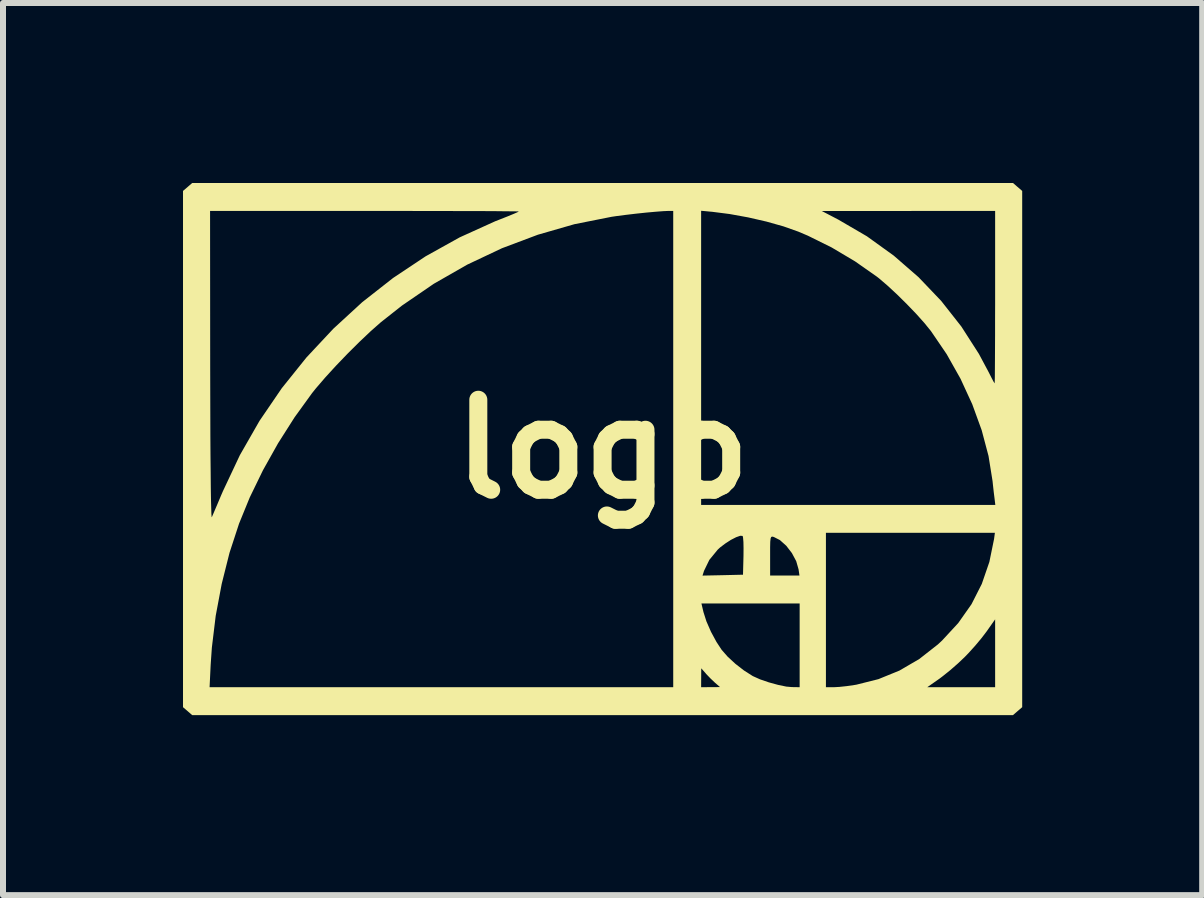
<source format=kicad_pcb>
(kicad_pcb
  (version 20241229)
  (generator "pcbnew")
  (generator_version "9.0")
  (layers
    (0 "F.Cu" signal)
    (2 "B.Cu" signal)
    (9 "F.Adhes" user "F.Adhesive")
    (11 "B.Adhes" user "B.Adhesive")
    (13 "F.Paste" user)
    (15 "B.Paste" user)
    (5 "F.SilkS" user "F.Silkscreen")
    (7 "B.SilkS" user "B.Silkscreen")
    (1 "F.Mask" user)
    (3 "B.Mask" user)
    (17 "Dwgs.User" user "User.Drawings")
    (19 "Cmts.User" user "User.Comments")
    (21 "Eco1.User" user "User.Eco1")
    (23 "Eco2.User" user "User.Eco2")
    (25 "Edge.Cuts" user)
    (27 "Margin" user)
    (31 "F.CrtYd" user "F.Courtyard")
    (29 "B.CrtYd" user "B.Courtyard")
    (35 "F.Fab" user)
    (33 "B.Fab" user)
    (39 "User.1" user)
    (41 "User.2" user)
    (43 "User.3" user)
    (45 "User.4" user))
  (footprint "logo"
    (layer "F.Cu")
    (at 6.993 4.434)
    (property "Reference" "logo" (at 0 0 0) (layer "F.SilkS") (effects (font (size 1.5 1.5) (thickness 0.3))))
    (attr board_only exclude_from_pos_files exclude_from_bom)
    (fp_poly (pts (xy 6.916 -4.368) (xy 6.993 -4.302) (xy 6.993 0) (xy 6.993 4.302) (xy 6.916 4.368) (xy 6.84 4.434) (xy 0 4.434) (xy -6.84 4.434) (xy -6.916 4.368) (xy -6.993 4.302) (xy -6.993 3.969) (xy -6.55 3.969) (xy -2.687 3.969) (xy 1.177 3.969) (xy 1.642 3.969) (xy 1.8 3.968) (xy 1.957 3.967) (xy 1.875 3.896) (xy 1.799 3.824) (xy 1.724 3.746) (xy 1.719 3.739) (xy 1.644 3.654) (xy 1.643 3.811) (xy 1.642 3.969) (xy 1.177 3.969) (xy 1.177 2.573) (xy 1.647 2.573) (xy 1.681 2.717) (xy 1.73 2.871) (xy 1.806 3.045) (xy 1.898 3.215) (xy 1.984 3.346) (xy 2.083 3.459) (xy 2.213 3.579) (xy 2.356 3.69) (xy 2.494 3.778) (xy 2.504 3.784) (xy 2.624 3.838) (xy 2.77 3.888) (xy 2.923 3.93) (xy 3.062 3.959) (xy 3.154 3.967) (xy 3.284 3.969) (xy 3.284 3.271) (xy 3.284 2.682) (xy 3.722 2.682) (xy 3.722 3.969) (xy 3.856 3.969) (xy 5.411 3.969) (xy 5.976 3.969) (xy 6.542 3.969) (xy 6.542 3.403) (xy 6.542 2.838) (xy 6.399 3.041) (xy 6.316 3.15) (xy 6.21 3.277) (xy 6.097 3.402) (xy 6.037 3.464) (xy 5.922 3.573) (xy 5.794 3.685) (xy 5.672 3.783) (xy 5.614 3.827) (xy 5.411 3.969) (xy 3.856 3.969) (xy 3.946 3.964) (xy 4.068 3.951) (xy 4.198 3.932) (xy 4.229 3.927) (xy 4.596 3.835) (xy 4.947 3.692) (xy 5.278 3.499) (xy 5.588 3.256) (xy 5.658 3.191) (xy 5.927 2.9) (xy 6.148 2.586) (xy 6.32 2.247) (xy 6.446 1.881) (xy 6.524 1.499) (xy 6.538 1.396) (xy 5.13 1.396) (xy 3.722 1.396) (xy 3.722 2.682) (xy 3.284 2.682) (xy 3.284 2.573) (xy 2.466 2.573) (xy 1.647 2.573) (xy 1.177 2.573) (xy 1.177 2.109) (xy 1.665 2.109) (xy 2.003 2.102) (xy 2.34 2.094) (xy 2.348 1.781) (xy 2.348 1.776) (xy 2.792 1.776) (xy 2.792 1.777) (xy 2.792 2.108) (xy 3.036 2.108) (xy 3.281 2.108) (xy 3.266 2.005) (xy 3.227 1.869) (xy 3.155 1.734) (xy 3.061 1.612) (xy 2.955 1.517) (xy 2.853 1.465) (xy 2.828 1.459) (xy 2.81 1.465) (xy 2.8 1.491) (xy 2.794 1.545) (xy 2.792 1.638) (xy 2.792 1.776) (xy 2.348 1.776) (xy 2.349 1.655) (xy 2.347 1.55) (xy 2.341 1.477) (xy 2.334 1.448) (xy 2.295 1.445) (xy 2.226 1.469) (xy 2.138 1.514) (xy 2.045 1.574) (xy 1.958 1.64) (xy 1.919 1.676) (xy 1.779 1.847) (xy 1.689 2.032) (xy 1.685 2.047) (xy 1.665 2.109) (xy 1.177 2.109) (xy 1.177 0) (xy 1.177 -1.52) (xy 1.642 -1.52) (xy 1.642 0.931) (xy 4.094 0.931) (xy 6.545 0.931) (xy 6.531 0.814) (xy 6.519 0.719) (xy 6.506 0.602) (xy 6.499 0.534) (xy 6.432 0.116) (xy 6.318 -0.314) (xy 6.161 -0.746) (xy 5.965 -1.172) (xy 5.734 -1.582) (xy 5.471 -1.968) (xy 5.469 -1.97) (xy 5.362 -2.102) (xy 5.225 -2.255) (xy 5.068 -2.418) (xy 4.905 -2.579) (xy 4.746 -2.726) (xy 4.606 -2.846) (xy 4.57 -2.874) (xy 4.206 -3.129) (xy 3.817 -3.36) (xy 3.421 -3.556) (xy 3.261 -3.624) (xy 3.015 -3.711) (xy 2.731 -3.791) (xy 2.426 -3.861) (xy 2.117 -3.917) (xy 1.82 -3.955) (xy 1.813 -3.955) (xy 1.69 -3.967) (xy 3.654 -3.967) (xy 3.928 -3.824) (xy 4.405 -3.546) (xy 4.852 -3.224) (xy 5.266 -2.864) (xy 5.643 -2.469) (xy 5.979 -2.042) (xy 6.271 -1.587) (xy 6.435 -1.28) (xy 6.48 -1.191) (xy 6.514 -1.126) (xy 6.533 -1.096) (xy 6.534 -1.095) (xy 6.535 -1.121) (xy 6.537 -1.198) (xy 6.538 -1.318) (xy 6.539 -1.479) (xy 6.54 -1.674) (xy 6.541 -1.898) (xy 6.541 -2.147) (xy 6.542 -2.415) (xy 6.542 -2.532) (xy 6.542 -3.969) (xy 5.098 -3.968) (xy 3.654 -3.967) (xy 1.69 -3.967) (xy 1.642 -3.971) (xy 1.642 -1.52) (xy 1.177 -1.52) (xy 1.177 -3.969) (xy 1.102 -3.969) (xy 1.013 -3.965) (xy 0.883 -3.955) (xy 0.727 -3.941) (xy 0.557 -3.923) (xy 0.388 -3.903) (xy 0.233 -3.883) (xy 0.151 -3.871) (xy -0.468 -3.748) (xy -1.079 -3.572) (xy -1.677 -3.347) (xy -2.257 -3.073) (xy -2.814 -2.754) (xy -3.344 -2.391) (xy -3.695 -2.114) (xy -3.865 -1.964) (xy -4.054 -1.785) (xy -4.251 -1.589) (xy -4.445 -1.387) (xy -4.624 -1.191) (xy -4.778 -1.012) (xy -4.843 -0.931) (xy -5.133 -0.53) (xy -5.409 -0.096) (xy -5.661 0.354) (xy -5.881 0.807) (xy -6.059 1.243) (xy -6.218 1.729) (xy -6.348 2.247) (xy -6.448 2.779) (xy -6.512 3.308) (xy -6.532 3.595) (xy -6.55 3.969) (xy -6.993 3.969) (xy -6.993 0) (xy -6.993 -3.969) (xy -6.542 -3.969) (xy -6.54 -1.389) (xy -6.539 -0.966) (xy -6.538 -0.574) (xy -6.537 -0.216) (xy -6.535 0.105) (xy -6.532 0.387) (xy -6.53 0.628) (xy -6.527 0.825) (xy -6.523 0.976) (xy -6.52 1.079) (xy -6.516 1.131) (xy -6.513 1.136) (xy -6.494 1.092) (xy -6.458 1.008) (xy -6.41 0.895) (xy -6.354 0.762) (xy -6.326 0.698) (xy -6.045 0.101) (xy -5.718 -0.47) (xy -5.347 -1.014) (xy -4.936 -1.526) (xy -4.488 -2.005) (xy -4.006 -2.448) (xy -3.492 -2.851) (xy -2.95 -3.212) (xy -2.382 -3.528) (xy -1.791 -3.796) (xy -1.704 -3.83) (xy -1.585 -3.877) (xy -1.488 -3.917) (xy -1.421 -3.946) (xy -1.396 -3.96) (xy -1.396 -3.96) (xy -1.423 -3.961) (xy -1.5 -3.962) (xy -1.625 -3.963) (xy -1.794 -3.965) (xy -2.001 -3.966) (xy -2.245 -3.966) (xy -2.521 -3.967) (xy -2.825 -3.968) (xy -3.154 -3.968) (xy -3.503 -3.969) (xy -3.869 -3.969) (xy -3.969 -3.969) (xy -6.542 -3.969) (xy -6.993 -3.969) (xy -6.993 -4.302) (xy -6.916 -4.368) (xy -6.84 -4.434) (xy 0 -4.434) (xy 6.84 -4.434)) (stroke (width 0) (type solid)) (fill yes) (layer "F.SilkS")))
  (gr_rect
    (start -3 -3)
    (end 16.986 11.868)
    (stroke (width 0.1) (type default))
    (fill no)
    (layer "Edge.Cuts")))
</source>
